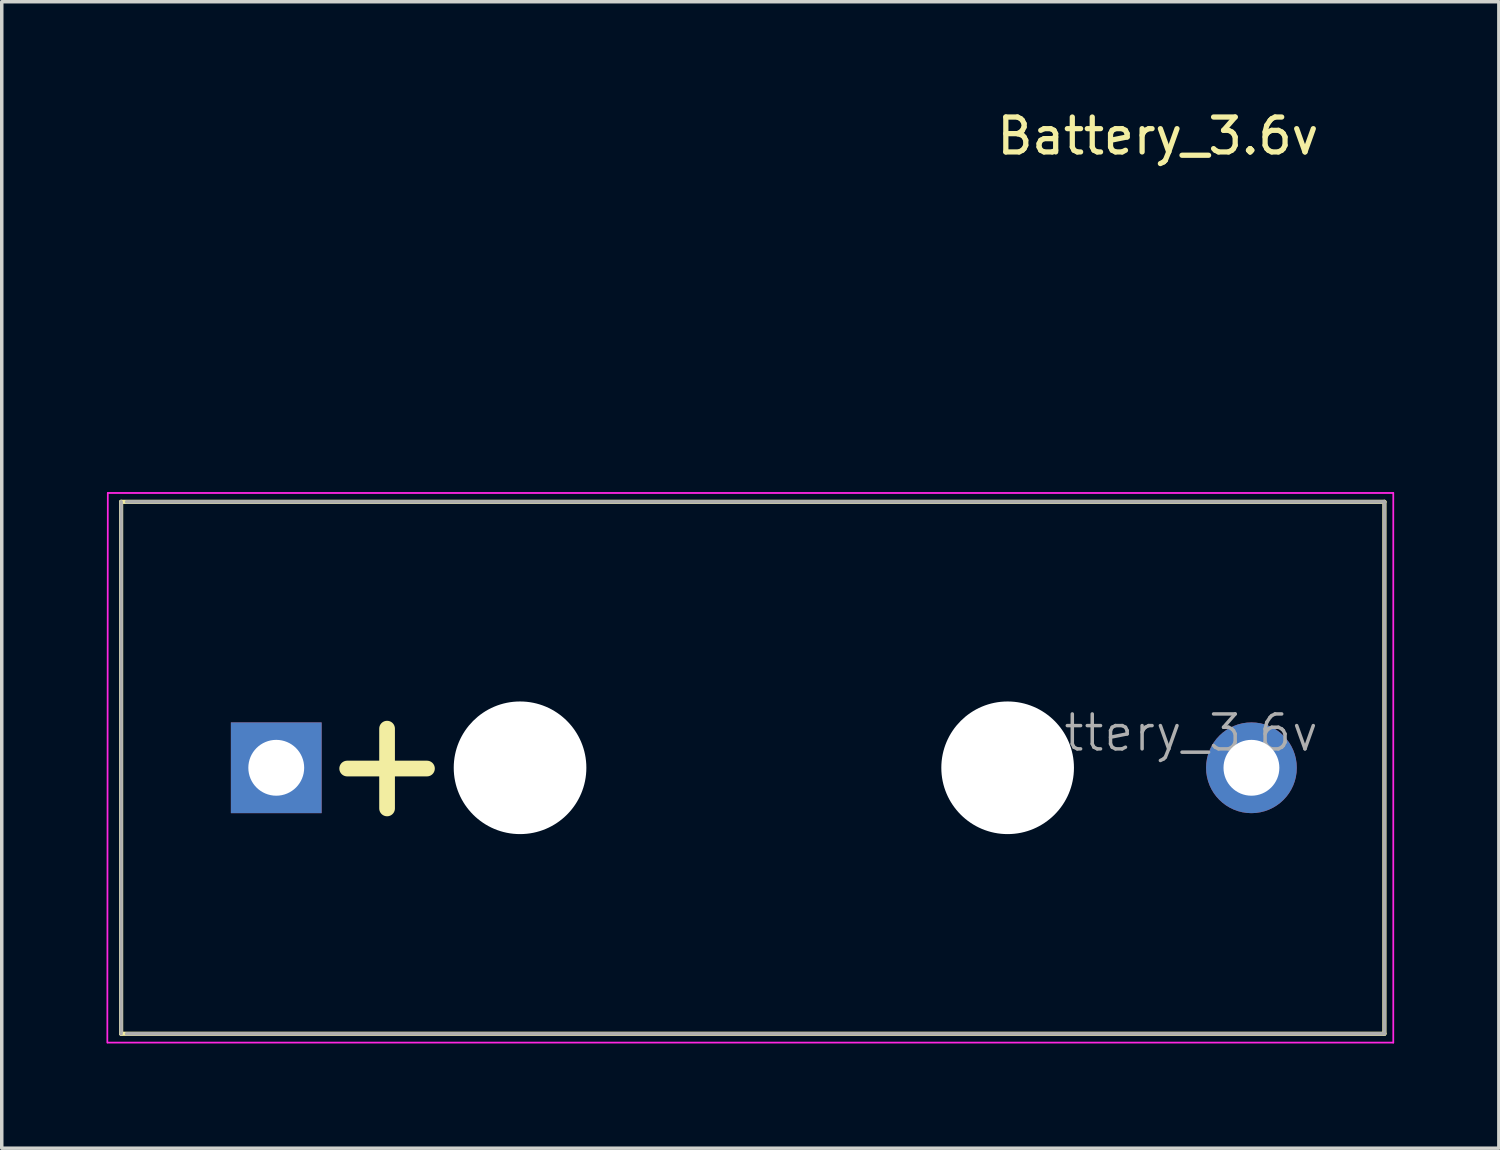
<source format=kicad_pcb>
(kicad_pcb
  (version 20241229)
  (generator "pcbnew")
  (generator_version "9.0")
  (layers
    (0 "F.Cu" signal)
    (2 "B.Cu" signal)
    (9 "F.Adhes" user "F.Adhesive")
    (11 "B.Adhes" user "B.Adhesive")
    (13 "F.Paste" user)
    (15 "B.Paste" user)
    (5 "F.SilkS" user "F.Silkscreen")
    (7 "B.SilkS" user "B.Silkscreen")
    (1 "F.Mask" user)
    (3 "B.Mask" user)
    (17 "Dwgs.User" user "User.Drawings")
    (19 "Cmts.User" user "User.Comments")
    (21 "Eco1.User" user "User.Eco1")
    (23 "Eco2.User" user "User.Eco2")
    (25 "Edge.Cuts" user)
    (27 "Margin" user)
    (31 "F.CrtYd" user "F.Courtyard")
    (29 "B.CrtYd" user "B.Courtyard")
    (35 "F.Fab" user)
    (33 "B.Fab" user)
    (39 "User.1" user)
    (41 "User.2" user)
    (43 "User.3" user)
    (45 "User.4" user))
  (footprint "Battery_3.6v"
    (layer "F.Cu")
    (at 2.325 18.948)
    (property "Reference" "Battery_3.6v" (at 27.8 -18.1 0) (layer "F.SilkS") (effects (font (size 1 1) (thickness 0.15))))
    (attr through_hole)
    (fp_line (start -1.905 -7.62) (end -1.905 7.62) (stroke (width 0.12) (type solid)) (layer "F.SilkS"))
    (fp_line (start -1.905 -7.62) (end 34.29 -7.62) (stroke (width 0.12) (type solid)) (layer "F.SilkS"))
    (fp_line (start -1.905 7.62) (end 34.29 7.62) (stroke (width 0.12) (type solid)) (layer "F.SilkS"))
    (fp_line (start 34.29 -7.62) (end 34.29 7.62) (stroke (width 0.12) (type solid)) (layer "F.SilkS"))
    (fp_line (start -2.3 7.874) (end -2.286 -7.874) (stroke (width 0.05) (type solid)) (layer "F.CrtYd"))
    (fp_line (start -2.286 -7.874) (end 34.544 -7.874) (stroke (width 0.05) (type solid)) (layer "F.CrtYd"))
    (fp_line (start 34.544 -7.874) (end 34.544 7.874) (stroke (width 0.05) (type solid)) (layer "F.CrtYd"))
    (fp_line (start 34.544 7.874) (end -2.286 7.874) (stroke (width 0.05) (type solid)) (layer "F.CrtYd"))
    (fp_line (start -1.905 7.62) (end -1.905 -7.62) (stroke (width 0.1) (type solid)) (layer "F.Fab"))
    (fp_line (start -1.75 -7.62) (end 34.29 -7.62) (stroke (width 0.1) (type solid)) (layer "F.Fab"))
    (fp_line (start 34.29 -7.62) (end 34.29 7.62) (stroke (width 0.1) (type solid)) (layer "F.Fab"))
    (fp_line (start 34.29 7.62) (end -1.75 7.62) (stroke (width 0.1) (type solid)) (layer "F.Fab"))
    (fp_text user "+" (at 5.715 -0.2 0) (layer "F.SilkS") (effects (font (size 3 3) (thickness 0.45))))
    (fp_text user "${REFERENCE}" (at 27.8 -1 0) (layer "F.Fab") (effects (font (size 1 1) (thickness 0.1))))
    (pad "" np_thru_hole circle (at 9.525 0) (size 3.8 3.8) (drill 3.8) (layers "*.Cu" "*.Mask"))
    (pad "" np_thru_hole circle (at 23.495 0) (size 3.8 3.8) (drill 3.8) (layers "*.Cu" "*.Mask"))
    (pad "1" thru_hole rect (at 2.54 0) (size 2.6 2.6) (drill 1.6) (layers "*.Cu" "*.Mask"))
    (pad "2" thru_hole circle (at 30.48 0) (size 2.6 2.6) (drill 1.6) (layers "*.Cu" "*.Mask")))
  (gr_rect
    (start -3 -3)
    (end 39.894 29.847)
    (stroke (width 0.1) (type default))
    (fill no)
    (layer "Edge.Cuts")))
</source>
